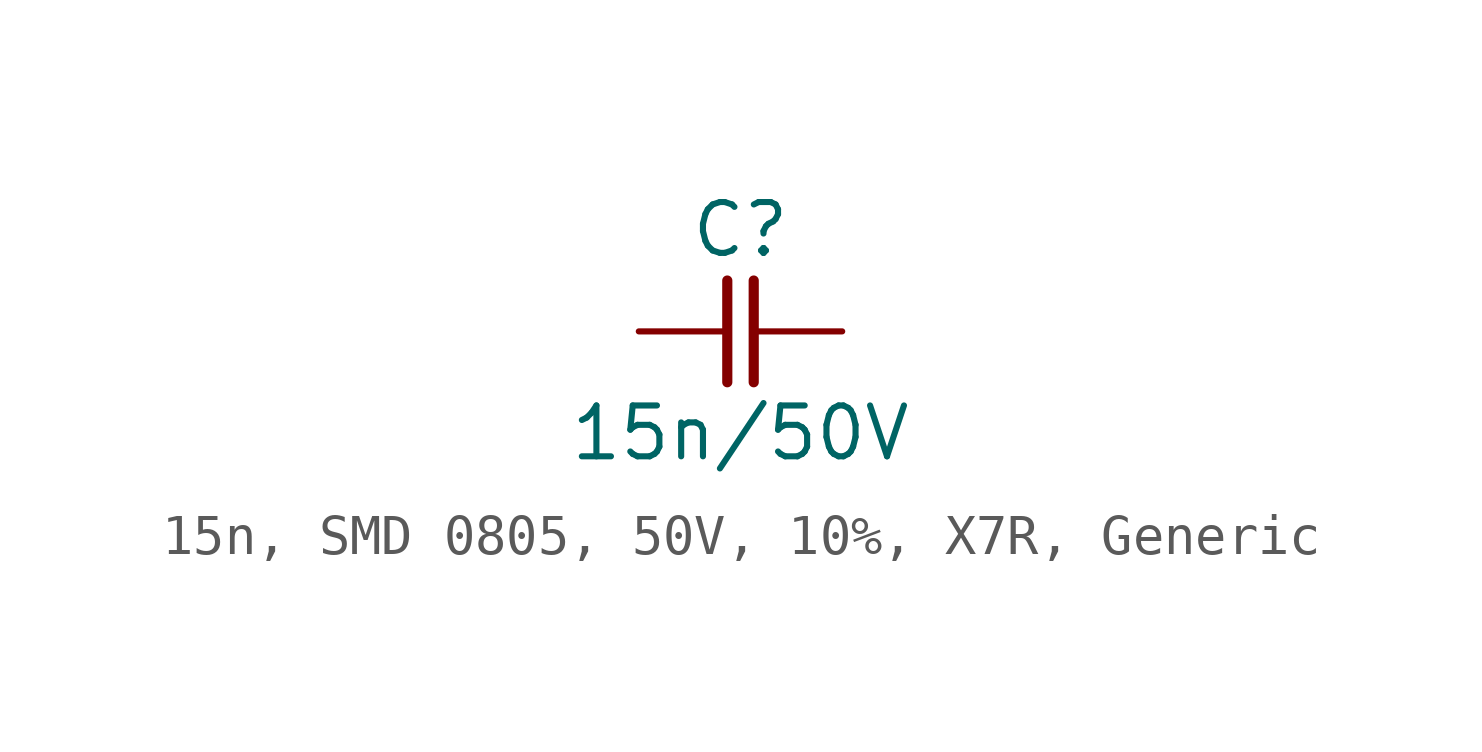
<source format=kicad_sym>
(kicad_symbol_lib
  (version 20241209)
  (generator "kicad_symbol_editor")
  (generator_version "9.0")
  (symbol "15n, SMD 0805, 50V, 10%, X7R, Generic"
    (pin_numbers
      (hide yes))
    (pin_names
      (offset 0)
      (hide yes))
    (property "Reference" "C"
      (at 0 2.54 0)
      (effects (font (size 1.27 1.27))))
    (property "Value" "15n/50V"
      (at 0 -2.54 0)
      (effects (font (size 1.27 1.27))))
    (symbol "15n, SMD 0805, 50V, 10%, X7R, Generic_0_1"
      (polyline (pts (xy -0.33 1.27) (xy -0.33 -1.27)) (stroke (width 0.254) (type default)) (fill (type none)))
      (polyline (pts (xy 0.33 1.27) (xy 0.33 -1.27)) (stroke (width 0.254) (type default)) (fill (type none))))
    (symbol "15n, SMD 0805, 50V, 10%, X7R, Generic_1_1"
      (pin passive line (at -2.54 0 0) (length 2.21) (name "1" (effects (font (size 1.27 1.27)))) (number "1" (effects (font (size 1.27 1.27)))))
      (pin passive line (at 2.54 0 180) (length 2.21) (name "2" (effects (font (size 1.27 1.27)))) (number "2" (effects (font (size 1.27 1.27))))))))
</source>
